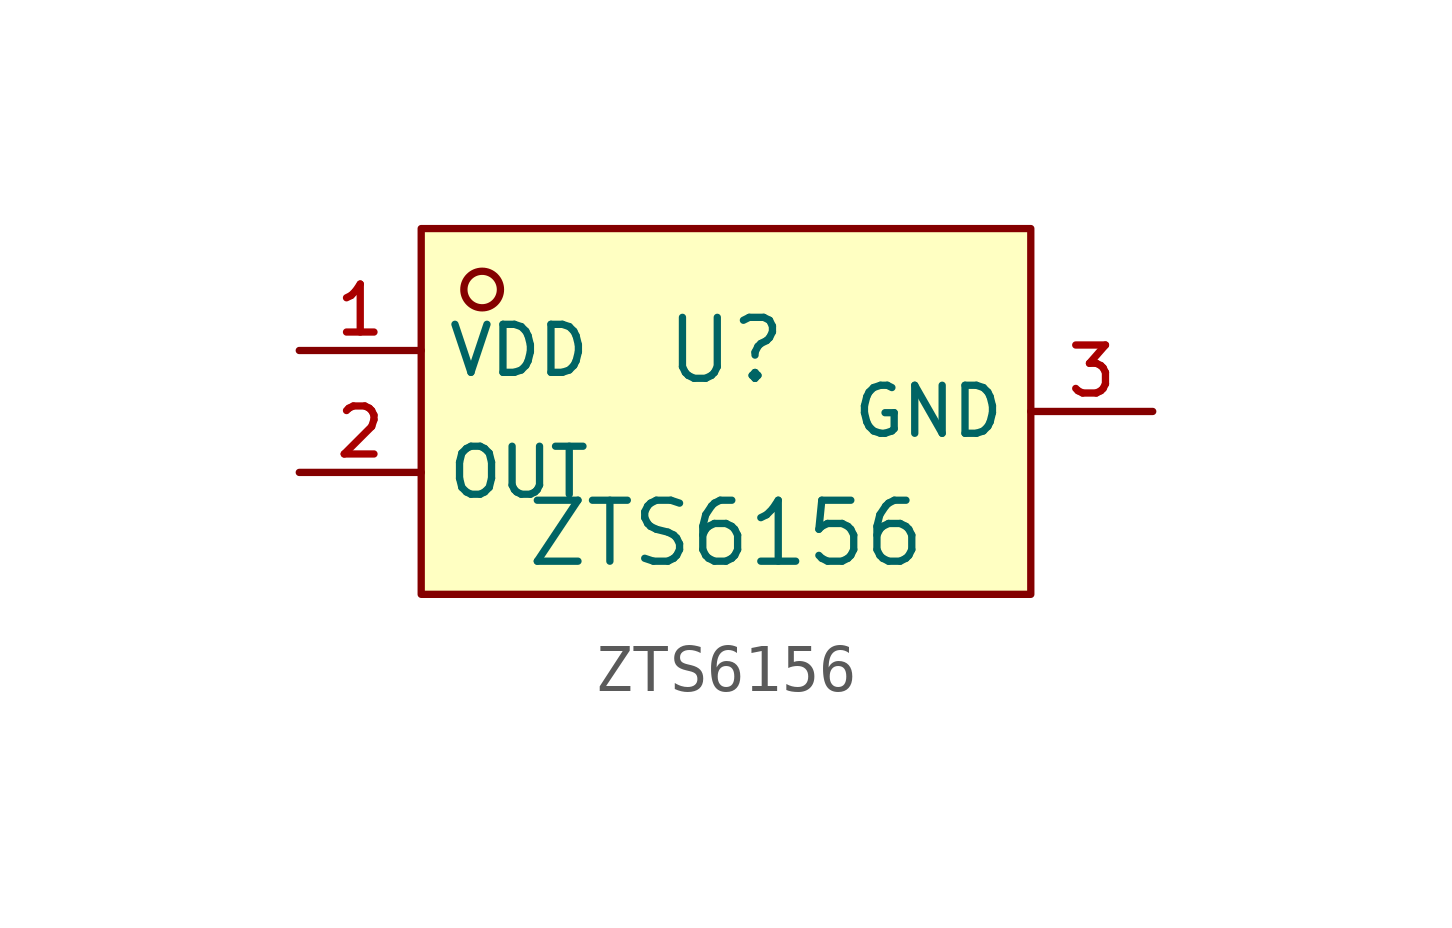
<source format=kicad_sym>
(kicad_symbol_lib
  (version 20210201)
  (generator TousstNicolas/JLC2KiCad_lib)
  (symbol "ZTS6156"
    (property "Reference" "U"
      (at 0 1.27 0)
      (effects (font (size 1.27 1.27))))
    (property "Value" "ZTS6156"
      (at 0 -2.54 0)
      (effects (font (size 1.27 1.27))))
    (symbol "ZTS6156_0_1"
      (rectangle (start -6.35 3.81) (end 6.35 -3.81) (stroke (width 0) (type default) (color 0 0 0 0)) (fill (type background)))
      (circle (center -5.08 2.54) (radius 0.381) (stroke (width 0) (type default) (color 0 0 0 0)) (fill (type background)))
      (pin unspecified line (at -8.89 1.27 0) (length 2.54) (name "VDD" (effects (font (size 1 1)))) (number "1" (effects (font (size 1 1)))))
      (pin unspecified line (at -8.89 -1.27 0) (length 2.54) (name "OUT" (effects (font (size 1 1)))) (number "2" (effects (font (size 1 1)))))
      (pin unspecified line (at 8.89 -0.0 180) (length 2.54) (name "GND" (effects (font (size 1 1)))) (number "3" (effects (font (size 1 1))))))))
</source>
